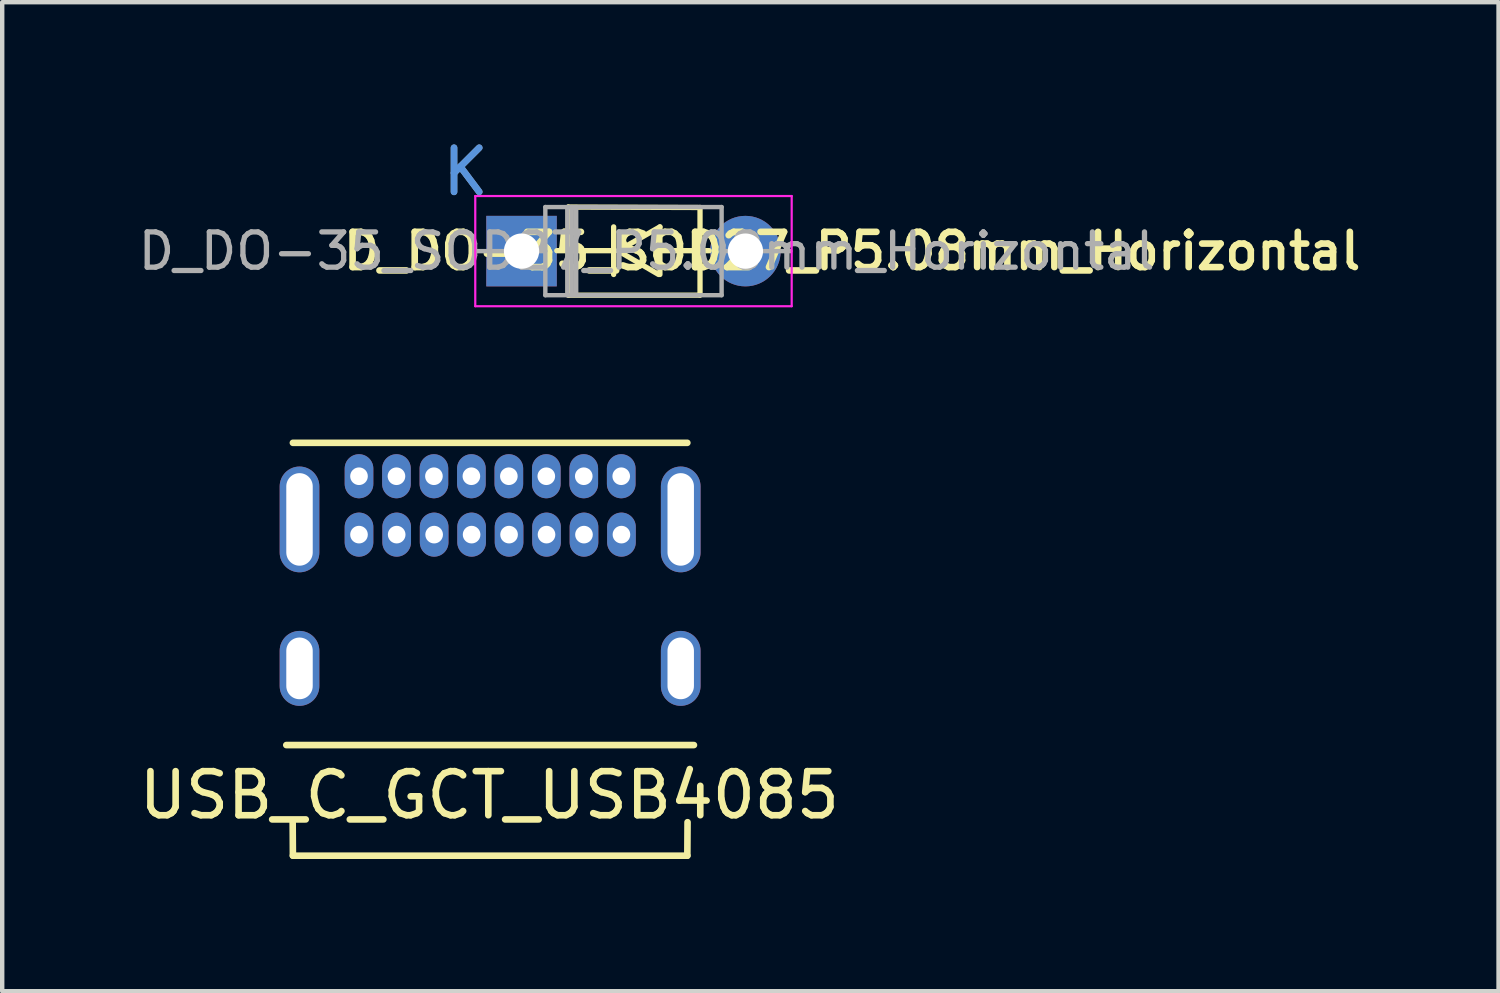
<source format=kicad_pcb>
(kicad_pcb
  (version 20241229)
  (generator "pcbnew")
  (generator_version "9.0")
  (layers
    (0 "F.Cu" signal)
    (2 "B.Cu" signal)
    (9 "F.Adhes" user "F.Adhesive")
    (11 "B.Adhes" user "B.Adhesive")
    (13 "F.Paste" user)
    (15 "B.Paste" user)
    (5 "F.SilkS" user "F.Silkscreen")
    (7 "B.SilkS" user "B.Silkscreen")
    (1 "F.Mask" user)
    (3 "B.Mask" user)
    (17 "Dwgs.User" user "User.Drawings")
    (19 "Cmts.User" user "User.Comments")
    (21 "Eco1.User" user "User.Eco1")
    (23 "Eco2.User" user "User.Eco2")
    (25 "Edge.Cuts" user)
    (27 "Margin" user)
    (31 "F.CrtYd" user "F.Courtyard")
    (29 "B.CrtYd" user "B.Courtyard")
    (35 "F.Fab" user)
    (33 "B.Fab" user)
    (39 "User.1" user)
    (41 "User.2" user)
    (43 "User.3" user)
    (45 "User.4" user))
  (footprint "D_DO-35_SOD27_P5.08mm_Horizontal"
    (layer "F.Cu")
    (at 7.514 2.648)
    (property "Reference" "D_DO-35_SOD27_P5.08mm_Horizontal" (at 8.77 0 0) (layer "F.SilkS") (effects (font (size 0.8 0.8) (thickness 0.15))))
    (attr through_hole)
    (fp_line (start 2.07 -0.01) (end 3.35 -0.01) (stroke (width 0.12) (type solid)) (layer "F.SilkS"))
    (fp_line (start 2.33 -1) (end 5.32 -0.99) (stroke (width 0.12) (type solid)) (layer "F.SilkS"))
    (fp_line (start 2.33 1) (end 2.33 -1) (stroke (width 0.12) (type solid)) (layer "F.SilkS"))
    (fp_line (start 2.34 1) (end 5.31 1) (stroke (width 0.12) (type solid)) (layer "F.SilkS"))
    (fp_line (start 3.36 0.53) (end 3.36 -0.55) (stroke (width 0.12) (type solid)) (layer "F.SilkS"))
    (fp_line (start 3.46 -0.01) (end 4.41 -0.55) (stroke (width 0.12) (type solid)) (layer "F.SilkS"))
    (fp_line (start 3.47 0) (end 4.38 0.53) (stroke (width 0.12) (type solid)) (layer "F.SilkS"))
    (fp_line (start 4.41 0.53) (end 4.41 -0.55) (stroke (width 0.12) (type solid)) (layer "F.SilkS"))
    (fp_line (start 5.32 1) (end 5.32 -0.99) (stroke (width 0.12) (type solid)) (layer "F.SilkS"))
    (fp_line (start 5.53 -0.01) (end 4.41 -0.01) (stroke (width 0.12) (type solid)) (layer "F.SilkS"))
    (fp_line (start 0.22 -1.25) (end 0.22 1.25) (stroke (width 0.05) (type solid)) (layer "F.CrtYd"))
    (fp_line (start 0.22 1.25) (end 7.4 1.25) (stroke (width 0.05) (type solid)) (layer "F.CrtYd"))
    (fp_line (start 7.4 -1.25) (end 0.22 -1.25) (stroke (width 0.05) (type solid)) (layer "F.CrtYd"))
    (fp_line (start 7.4 1.25) (end 7.4 -1.25) (stroke (width 0.05) (type solid)) (layer "F.CrtYd"))
    (fp_line (start 0.25 0) (end 1.81 0) (stroke (width 0.1) (type solid)) (layer "F.Fab"))
    (fp_line (start 1.81 -1) (end 1.81 1) (stroke (width 0.1) (type solid)) (layer "F.Fab"))
    (fp_line (start 1.81 1) (end 5.81 1) (stroke (width 0.1) (type solid)) (layer "F.Fab"))
    (fp_line (start 2.31 -1) (end 2.31 1) (stroke (width 0.1) (type solid)) (layer "F.Fab"))
    (fp_line (start 2.41 -1) (end 2.41 1) (stroke (width 0.1) (type solid)) (layer "F.Fab"))
    (fp_line (start 2.51 -1) (end 2.51 1) (stroke (width 0.1) (type solid)) (layer "F.Fab"))
    (fp_line (start 5.81 -1) (end 1.81 -1) (stroke (width 0.1) (type solid)) (layer "F.Fab"))
    (fp_line (start 5.81 1) (end 5.81 -1) (stroke (width 0.1) (type solid)) (layer "F.Fab"))
    (fp_line (start 7.37 0) (end 5.81 0) (stroke (width 0.1) (type solid)) (layer "F.Fab"))
    (fp_text user "K" (at 0 -1.8 0) (layer "Cmts.User") (effects (font (size 1 1) (thickness 0.15))))
    (fp_text user "${REFERENCE}" (at 4.11 0 0) (layer "F.Fab") (effects (font (size 0.8 0.8) (thickness 0.12))))
    (fp_text user "K" (at 0 -1.8 0) (layer "F.Fab") (effects (font (size 1 1) (thickness 0.15))))
    (pad "1" thru_hole rect (at 1.27 0) (size 1.6 1.6) (drill 0.8) (layers "*.Cu" "*.Mask"))
    (pad "2" thru_hole oval (at 6.35 0) (size 1.6 1.6) (drill 0.8) (layers "*.Cu" "*.Mask")))
  (footprint "USB_C_GCT_USB4085"
    (layer "F.Cu")
    (at 8.071 13.856)
    (property "Reference" "USB_C_GCT_USB4085" (at -0.017 1.137 0) (layer "F.SilkS") (effects (font (size 1 1) (thickness 0.15))))
    (attr through_hole)
    (fp_line (start -4.625 0) (end 4.625 0) (stroke (width 0.15) (type solid)) (layer "F.SilkS"))
    (fp_line (start -4.475 -6.858) (end 4.475 -6.858) (stroke (width 0.15) (type solid)) (layer "F.SilkS"))
    (fp_line (start -4.475 2.51) (end -4.48 1.75) (stroke (width 0.15) (type solid)) (layer "F.SilkS"))
    (fp_line (start -4.475 2.51) (end 4.475 2.51) (stroke (width 0.15) (type solid)) (layer "F.SilkS"))
    (fp_line (start 4.48 1.75) (end 4.475 2.51) (stroke (width 0.15) (type solid)) (layer "F.SilkS"))
    (pad "A1" thru_hole oval (at -2.975 -6.1) (size 0.65 1) (drill 0.4) (layers "*.Cu" "*.Mask"))
    (pad "A4" thru_hole oval (at -2.125 -6.1) (size 0.65 1) (drill 0.4) (layers "*.Cu" "*.Mask"))
    (pad "A5" thru_hole oval (at -1.275 -6.1) (size 0.65 1) (drill 0.4) (layers "*.Cu" "*.Mask"))
    (pad "A6" thru_hole oval (at -0.425 -6.1) (size 0.65 1) (drill 0.4) (layers "*.Cu" "*.Mask"))
    (pad "A7" thru_hole oval (at 0.425 -6.1) (size 0.65 1) (drill 0.4) (layers "*.Cu" "*.Mask"))
    (pad "A8" thru_hole oval (at 1.275 -6.1) (size 0.65 1) (drill 0.4) (layers "*.Cu" "*.Mask"))
    (pad "A9" thru_hole oval (at 2.125 -6.1) (size 0.65 1) (drill 0.4) (layers "*.Cu" "*.Mask"))
    (pad "A12" thru_hole oval (at 2.975 -6.1) (size 0.65 1) (drill 0.4) (layers "*.Cu" "*.Mask"))
    (pad "B1" thru_hole oval (at 2.98 -4.775) (size 0.65 1) (drill 0.4) (layers "*.Cu" "*.Mask"))
    (pad "B4" thru_hole oval (at 2.13 -4.775) (size 0.65 1) (drill 0.4) (layers "*.Cu" "*.Mask"))
    (pad "B5" thru_hole oval (at 1.28 -4.775) (size 0.65 1) (drill 0.4) (layers "*.Cu" "*.Mask"))
    (pad "B6" thru_hole oval (at 0.43 -4.775) (size 0.65 1) (drill 0.4) (layers "*.Cu" "*.Mask"))
    (pad "B7" thru_hole oval (at -0.42 -4.775) (size 0.65 1) (drill 0.4) (layers "*.Cu" "*.Mask"))
    (pad "B8" thru_hole oval (at -1.27 -4.775) (size 0.65 1) (drill 0.4) (layers "*.Cu" "*.Mask"))
    (pad "B9" thru_hole oval (at -2.12 -4.775) (size 0.65 1) (drill 0.4) (layers "*.Cu" "*.Mask"))
    (pad "B12" thru_hole oval (at -2.975 -4.775) (size 0.65 1) (drill 0.4) (layers "*.Cu" "*.Mask"))
    (pad "S1" thru_hole oval (at -4.325 -5.12) (size 0.9 2.4) (drill oval 0.6 2.1) (layers "*.Cu" "*.Mask"))
    (pad "S1" thru_hole oval (at -4.325 -1.74) (size 0.9 1.7) (drill oval 0.6 1.4) (layers "*.Cu" "*.Mask"))
    (pad "S1" thru_hole oval (at 4.325 -5.12) (size 0.9 2.4) (drill oval 0.6 2.1) (layers "*.Cu" "*.Mask"))
    (pad "S1" thru_hole oval (at 4.325 -1.74) (size 0.9 1.7) (drill oval 0.6 1.4) (layers "*.Cu" "*.Mask")))
  (gr_rect
    (start -3 -3)
    (end 30.953 19.441)
    (stroke (width 0.1) (type default))
    (fill no)
    (layer "Edge.Cuts")))
</source>
